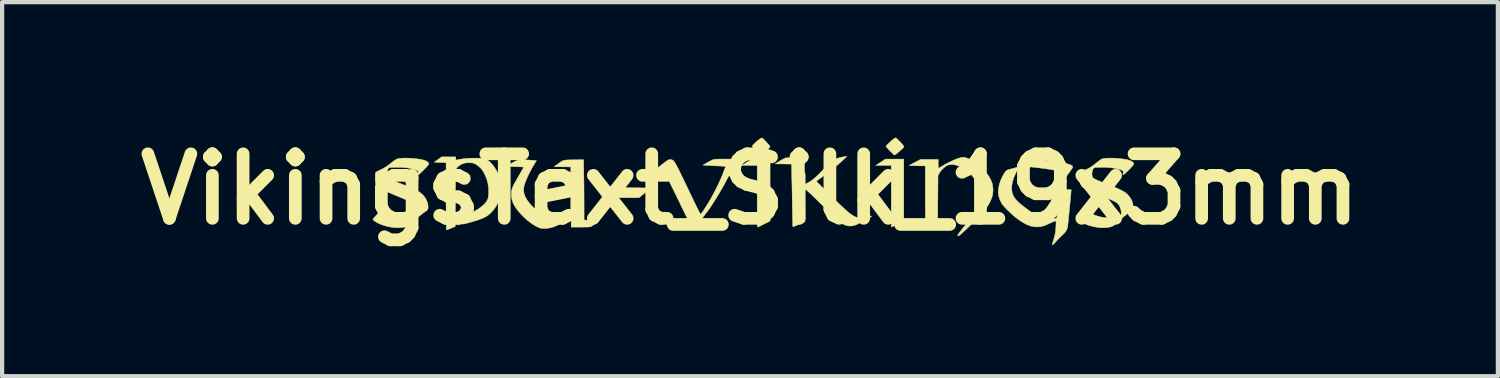
<source format=kicad_pcb>
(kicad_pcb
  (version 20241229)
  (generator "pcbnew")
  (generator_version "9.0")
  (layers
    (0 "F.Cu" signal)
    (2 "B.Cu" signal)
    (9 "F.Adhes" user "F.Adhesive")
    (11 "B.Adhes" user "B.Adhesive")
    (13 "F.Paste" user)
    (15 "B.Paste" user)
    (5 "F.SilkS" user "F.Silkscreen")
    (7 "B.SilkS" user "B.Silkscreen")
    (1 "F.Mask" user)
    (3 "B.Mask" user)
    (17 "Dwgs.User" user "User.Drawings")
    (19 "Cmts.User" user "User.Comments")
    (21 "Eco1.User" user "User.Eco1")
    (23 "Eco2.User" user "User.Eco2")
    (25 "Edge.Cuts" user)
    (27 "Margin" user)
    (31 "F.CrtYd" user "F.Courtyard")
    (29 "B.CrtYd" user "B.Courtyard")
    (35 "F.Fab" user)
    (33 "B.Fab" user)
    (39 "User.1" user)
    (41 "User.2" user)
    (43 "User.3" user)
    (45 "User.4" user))
  (footprint "VikingsText_Silk_19x3mm"
    (layer "F.Cu")
    (at 14.667 1.418)
    (property "Reference" "VikingsText_Silk_19x3mm" (at 0 0 0) (layer "F.SilkS") (effects (font (size 1.524 1.524) (thickness 0.3))))
    (attr through_hole)
    (fp_poly (pts (xy 0.474 0.753) (xy 0.33 0.825) (xy 0.285 0.848) (xy 0.244 0.868) (xy 0.211 0.883) (xy 0.188 0.894) (xy 0.178 0.897) (xy 0.178 0.897) (xy 0.176 0.889) (xy 0.175 0.864) (xy 0.173 0.821) (xy 0.172 0.762) (xy 0.171 0.686) (xy 0.17 0.593) (xy 0.17 0.483) (xy 0.169 0.356) (xy 0.169 0.213) (xy 0.169 0.17) (xy 0.169 -0.558) (xy -0.188 -0.563) (xy -0.074 -0.637) (xy 0.04 -0.711) (xy 0.474 -0.711) (xy 0.474 0.753)) (stroke (width 0.01) (type solid)) (fill yes) (layer "F.SilkS"))
    (fp_poly (pts (xy 3.632 0.753) (xy 3.488 0.825) (xy 3.443 0.848) (xy 3.403 0.868) (xy 3.371 0.883) (xy 3.35 0.893) (xy 3.34 0.897) (xy 3.34 0.897) (xy 3.34 0.889) (xy 3.339 0.865) (xy 3.338 0.827) (xy 3.338 0.775) (xy 3.337 0.711) (xy 3.337 0.637) (xy 3.337 0.552) (xy 3.336 0.46) (xy 3.336 0.36) (xy 3.336 0.255) (xy 3.336 0.169) (xy 3.336 -0.559) (xy 2.969 -0.559) (xy 3.085 -0.635) (xy 3.201 -0.711) (xy 3.632 -0.711) (xy 3.632 0.753)) (stroke (width 0.01) (type solid)) (fill yes) (layer "F.SilkS"))
    (fp_poly (pts (xy 0.291 -1.205) (xy 0.314 -1.186) (xy 0.346 -1.155) (xy 0.378 -1.121) (xy 0.409 -1.088) (xy 0.435 -1.058) (xy 0.456 -1.033) (xy 0.468 -1.018) (xy 0.469 -1.015) (xy 0.472 -1.004) (xy 0.467 -0.992) (xy 0.454 -0.976) (xy 0.431 -0.954) (xy 0.376 -0.902) (xy 0.333 -0.863) (xy 0.299 -0.834) (xy 0.275 -0.815) (xy 0.26 -0.806) (xy 0.255 -0.804) (xy 0.245 -0.81) (xy 0.225 -0.826) (xy 0.198 -0.85) (xy 0.167 -0.881) (xy 0.146 -0.902) (xy 0.113 -0.936) (xy 0.085 -0.967) (xy 0.064 -0.992) (xy 0.053 -1.009) (xy 0.051 -1.015) (xy 0.057 -1.027) (xy 0.074 -1.048) (xy 0.1 -1.073) (xy 0.131 -1.102) (xy 0.164 -1.132) (xy 0.198 -1.16) (xy 0.229 -1.183) (xy 0.255 -1.201) (xy 0.273 -1.21) (xy 0.277 -1.211) (xy 0.291 -1.205)) (stroke (width 0.01) (type solid)) (fill yes) (layer "F.SilkS"))
    (fp_poly (pts (xy -2.796 -0.032) (xy -2.7 -0.031) (xy -2.62 -0.031) (xy -2.554 -0.03) (xy -2.502 -0.029) (xy -2.46 -0.027) (xy -2.43 -0.026) (xy -2.408 -0.024) (xy -2.394 -0.022) (xy -2.386 -0.019) (xy -2.385 -0.018) (xy -2.373 -0.006) (xy -2.371 -0.001) (xy -2.377 0.006) (xy -2.394 0.021) (xy -2.42 0.041) (xy -2.445 0.06) (xy -2.483 0.088) (xy -2.522 0.119) (xy -2.558 0.147) (xy -2.571 0.159) (xy -2.624 0.203) (xy -3.029 0.203) (xy -3.11 0.203) (xy -3.186 0.202) (xy -3.256 0.202) (xy -3.317 0.201) (xy -3.368 0.2) (xy -3.408 0.199) (xy -3.434 0.197) (xy -3.444 0.196) (xy -3.444 0.196) (xy -3.451 0.188) (xy -3.448 0.176) (xy -3.434 0.16) (xy -3.407 0.138) (xy -3.38 0.119) (xy -3.342 0.09) (xy -3.299 0.056) (xy -3.26 0.024) (xy -3.254 0.019) (xy -3.193 -0.035) (xy -2.796 -0.032)) (stroke (width 0.01) (type solid)) (fill yes) (layer "F.SilkS"))
    (fp_poly (pts (xy 3.452 -1.205) (xy 3.473 -1.188) (xy 3.499 -1.164) (xy 3.529 -1.135) (xy 3.559 -1.103) (xy 3.587 -1.072) (xy 3.611 -1.042) (xy 3.628 -1.018) (xy 3.636 -1.002) (xy 3.636 -0.997) (xy 3.628 -0.987) (xy 3.61 -0.968) (xy 3.584 -0.943) (xy 3.553 -0.915) (xy 3.52 -0.886) (xy 3.488 -0.858) (xy 3.459 -0.834) (xy 3.435 -0.816) (xy 3.42 -0.806) (xy 3.417 -0.804) (xy 3.407 -0.81) (xy 3.388 -0.826) (xy 3.361 -0.85) (xy 3.33 -0.881) (xy 3.309 -0.902) (xy 3.276 -0.936) (xy 3.248 -0.966) (xy 3.226 -0.991) (xy 3.213 -1.007) (xy 3.211 -1.011) (xy 3.216 -1.021) (xy 3.231 -1.039) (xy 3.255 -1.063) (xy 3.284 -1.091) (xy 3.287 -1.094) (xy 3.332 -1.134) (xy 3.366 -1.164) (xy 3.392 -1.185) (xy 3.41 -1.199) (xy 3.424 -1.207) (xy 3.434 -1.21) (xy 3.438 -1.211) (xy 3.452 -1.205)) (stroke (width 0.01) (type solid)) (fill yes) (layer "F.SilkS"))
    (fp_poly (pts (xy 5.065 -0.749) (xy 5.109 -0.739) (xy 5.156 -0.722) (xy 5.242 -0.681) (xy 5.33 -0.625) (xy 5.416 -0.558) (xy 5.497 -0.482) (xy 5.535 -0.441) (xy 5.601 -0.361) (xy 5.653 -0.286) (xy 5.691 -0.214) (xy 5.718 -0.143) (xy 5.734 -0.07) (xy 5.74 0.007) (xy 5.74 0.021) (xy 5.737 0.085) (xy 5.728 0.143) (xy 5.712 0.201) (xy 5.686 0.263) (xy 5.668 0.301) (xy 5.64 0.354) (xy 5.61 0.404) (xy 5.577 0.454) (xy 5.538 0.505) (xy 5.492 0.559) (xy 5.439 0.618) (xy 5.376 0.684) (xy 5.301 0.758) (xy 5.285 0.774) (xy 5.208 0.849) (xy 5.143 0.913) (xy 5.087 0.966) (xy 5.041 1.009) (xy 5.003 1.044) (xy 4.973 1.07) (xy 4.95 1.088) (xy 4.932 1.099) (xy 4.919 1.104) (xy 4.911 1.104) (xy 4.906 1.1) (xy 4.905 1.095) (xy 4.908 1.086) (xy 4.915 1.072) (xy 4.928 1.053) (xy 4.948 1.026) (xy 4.975 0.99) (xy 5.011 0.943) (xy 5.055 0.889) (xy 5.125 0.799) (xy 5.185 0.718) (xy 5.235 0.645) (xy 5.277 0.579) (xy 5.312 0.515) (xy 5.342 0.454) (xy 5.367 0.392) (xy 5.38 0.354) (xy 5.41 0.247) (xy 5.424 0.147) (xy 5.423 0.052) (xy 5.406 -0.039) (xy 5.373 -0.128) (xy 5.324 -0.216) (xy 5.258 -0.304) (xy 5.239 -0.326) (xy 5.198 -0.37) (xy 5.154 -0.409) (xy 5.105 -0.446) (xy 5.045 -0.484) (xy 5.026 -0.495) (xy 4.943 -0.539) (xy 4.869 -0.567) (xy 4.8 -0.582) (xy 4.736 -0.582) (xy 4.676 -0.569) (xy 4.668 -0.566) (xy 4.631 -0.546) (xy 4.589 -0.515) (xy 4.547 -0.476) (xy 4.509 -0.433) (xy 4.478 -0.39) (xy 4.466 -0.368) (xy 4.441 -0.318) (xy 4.432 0.783) (xy 4.293 0.835) (xy 4.247 0.853) (xy 4.207 0.867) (xy 4.175 0.879) (xy 4.154 0.886) (xy 4.147 0.889) (xy 4.146 0.88) (xy 4.145 0.856) (xy 4.144 0.818) (xy 4.143 0.766) (xy 4.142 0.703) (xy 4.142 0.628) (xy 4.141 0.544) (xy 4.141 0.452) (xy 4.14 0.353) (xy 4.14 0.247) (xy 4.14 0.169) (xy 4.14 -0.55) (xy 4.02 -0.55) (xy 3.968 -0.551) (xy 3.916 -0.552) (xy 3.869 -0.554) (xy 3.831 -0.556) (xy 3.829 -0.556) (xy 3.759 -0.561) (xy 3.894 -0.632) (xy 4.03 -0.703) (xy 4.445 -0.703) (xy 4.445 -0.597) (xy 4.445 -0.557) (xy 4.446 -0.524) (xy 4.447 -0.501) (xy 4.448 -0.491) (xy 4.449 -0.491) (xy 4.457 -0.495) (xy 4.476 -0.506) (xy 4.503 -0.523) (xy 4.518 -0.532) (xy 4.595 -0.577) (xy 4.673 -0.62) (xy 4.751 -0.658) (xy 4.826 -0.692) (xy 4.894 -0.719) (xy 4.953 -0.738) (xy 4.982 -0.745) (xy 5.025 -0.751) (xy 5.065 -0.749)) (stroke (width 0.01) (type solid)) (fill yes) (layer "F.SilkS"))
    (fp_poly (pts (xy -6.951 -0.723) (xy -6.95 -0.7) (xy -6.946 -0.689) (xy -6.938 -0.689) (xy -6.936 -0.689) (xy -6.923 -0.692) (xy -6.896 -0.697) (xy -6.86 -0.704) (xy -6.818 -0.711) (xy -6.811 -0.712) (xy -6.76 -0.719) (xy -6.7 -0.725) (xy -6.634 -0.729) (xy -6.565 -0.732) (xy -6.497 -0.733) (xy -6.431 -0.733) (xy -6.371 -0.731) (xy -6.32 -0.728) (xy -6.281 -0.722) (xy -6.261 -0.718) (xy -6.207 -0.691) (xy -6.152 -0.649) (xy -6.098 -0.595) (xy -6.045 -0.529) (xy -5.997 -0.453) (xy -5.953 -0.371) (xy -5.915 -0.283) (xy -5.908 -0.262) (xy -5.897 -0.231) (xy -5.89 -0.206) (xy -5.885 -0.183) (xy -5.882 -0.157) (xy -5.881 -0.126) (xy -5.881 -0.084) (xy -5.881 -0.047) (xy -5.881 0.007) (xy -5.883 0.048) (xy -5.885 0.082) (xy -5.89 0.114) (xy -5.897 0.147) (xy -5.907 0.186) (xy -5.908 0.189) (xy -5.945 0.299) (xy -5.996 0.401) (xy -6.06 0.492) (xy -6.136 0.572) (xy -6.151 0.586) (xy -6.186 0.614) (xy -6.222 0.639) (xy -6.261 0.661) (xy -6.305 0.683) (xy -6.357 0.704) (xy -6.419 0.726) (xy -6.492 0.749) (xy -6.58 0.775) (xy -6.597 0.781) (xy -6.655 0.797) (xy -6.699 0.808) (xy -6.735 0.817) (xy -6.765 0.822) (xy -6.792 0.824) (xy -6.821 0.825) (xy -6.828 0.825) (xy -6.866 0.824) (xy -6.901 0.822) (xy -6.926 0.819) (xy -6.932 0.818) (xy -6.959 0.811) (xy -6.961 0.847) (xy -6.964 0.883) (xy -7.064 0.924) (xy -7.103 0.939) (xy -7.136 0.952) (xy -7.16 0.961) (xy -7.172 0.965) (xy -7.172 0.965) (xy -7.173 0.957) (xy -7.174 0.933) (xy -7.175 0.894) (xy -7.176 0.842) (xy -7.177 0.777) (xy -7.178 0.701) (xy -7.178 0.642) (xy -6.962 0.642) (xy -6.937 0.646) (xy -6.913 0.649) (xy -6.894 0.65) (xy -6.873 0.649) (xy -6.843 0.645) (xy -6.829 0.643) (xy -6.755 0.627) (xy -6.674 0.6) (xy -6.589 0.563) (xy -6.504 0.519) (xy -6.423 0.47) (xy -6.35 0.418) (xy -6.288 0.365) (xy -6.272 0.348) (xy -6.236 0.308) (xy -6.211 0.27) (xy -6.193 0.23) (xy -6.182 0.184) (xy -6.176 0.128) (xy -6.174 0.091) (xy -6.176 -0.029) (xy -6.193 -0.142) (xy -6.223 -0.25) (xy -6.267 -0.351) (xy -6.295 -0.405) (xy -6.322 -0.447) (xy -6.348 -0.482) (xy -6.379 -0.513) (xy -6.408 -0.537) (xy -6.45 -0.57) (xy -6.485 -0.593) (xy -6.516 -0.608) (xy -6.548 -0.617) (xy -6.585 -0.621) (xy -6.633 -0.622) (xy -6.638 -0.622) (xy -6.681 -0.622) (xy -6.713 -0.62) (xy -6.738 -0.616) (xy -6.762 -0.609) (xy -6.79 -0.599) (xy -6.802 -0.593) (xy -6.864 -0.561) (xy -6.912 -0.521) (xy -6.94 -0.485) (xy -6.943 -0.48) (xy -6.946 -0.472) (xy -6.948 -0.46) (xy -6.95 -0.444) (xy -6.951 -0.422) (xy -6.953 -0.393) (xy -6.954 -0.355) (xy -6.955 -0.307) (xy -6.956 -0.249) (xy -6.956 -0.178) (xy -6.957 -0.093) (xy -6.958 0.006) (xy -6.958 0.09) (xy -6.962 0.642) (xy -7.178 0.642) (xy -7.178 0.615) (xy -7.179 0.519) (xy -7.179 0.416) (xy -7.18 0.306) (xy -7.18 0.19) (xy -7.18 0.169) (xy -7.18 -0.627) (xy -7.267 -0.628) (xy -7.31 -0.629) (xy -7.355 -0.63) (xy -7.393 -0.633) (xy -7.406 -0.634) (xy -7.458 -0.639) (xy -7.371 -0.701) (xy -7.283 -0.762) (xy -6.951 -0.762) (xy -6.951 -0.723)) (stroke (width 0.01) (type solid)) (fill yes) (layer "F.SilkS"))
    (fp_poly (pts (xy 2.285 -0.774) (xy 2.285 -0.774) (xy 2.281 -0.767) (xy 2.265 -0.751) (xy 2.24 -0.727) (xy 2.208 -0.696) (xy 2.169 -0.661) (xy 2.126 -0.623) (xy 2.08 -0.583) (xy 2.07 -0.574) (xy 1.973 -0.493) (xy 1.881 -0.419) (xy 1.786 -0.347) (xy 1.693 -0.28) (xy 1.654 -0.252) (xy 1.619 -0.227) (xy 1.592 -0.206) (xy 1.574 -0.192) (xy 1.568 -0.187) (xy 1.574 -0.18) (xy 1.59 -0.162) (xy 1.617 -0.135) (xy 1.652 -0.099) (xy 1.696 -0.055) (xy 1.746 -0.005) (xy 1.802 0.051) (xy 1.864 0.111) (xy 1.924 0.17) (xy 2.01 0.254) (xy 2.085 0.327) (xy 2.151 0.39) (xy 2.208 0.443) (xy 2.257 0.488) (xy 2.3 0.526) (xy 2.338 0.558) (xy 2.372 0.584) (xy 2.403 0.606) (xy 2.432 0.625) (xy 2.46 0.641) (xy 2.489 0.655) (xy 2.489 0.655) (xy 2.552 0.676) (xy 2.622 0.683) (xy 2.7 0.674) (xy 2.761 0.658) (xy 2.812 0.643) (xy 2.847 0.635) (xy 2.866 0.634) (xy 2.87 0.64) (xy 2.859 0.651) (xy 2.832 0.669) (xy 2.79 0.692) (xy 2.766 0.704) (xy 2.72 0.728) (xy 2.671 0.754) (xy 2.626 0.778) (xy 2.592 0.798) (xy 2.519 0.837) (xy 2.45 0.861) (xy 2.384 0.871) (xy 2.319 0.868) (xy 2.267 0.855) (xy 2.23 0.841) (xy 2.189 0.821) (xy 2.162 0.806) (xy 2.139 0.789) (xy 2.106 0.762) (xy 2.067 0.729) (xy 2.025 0.692) (xy 1.982 0.654) (xy 1.943 0.617) (xy 1.909 0.584) (xy 1.883 0.558) (xy 1.876 0.55) (xy 1.865 0.538) (xy 1.844 0.516) (xy 1.813 0.485) (xy 1.774 0.446) (xy 1.729 0.401) (xy 1.678 0.35) (xy 1.623 0.297) (xy 1.592 0.265) (xy 1.519 0.194) (xy 1.457 0.135) (xy 1.406 0.087) (xy 1.367 0.051) (xy 1.338 0.026) (xy 1.32 0.012) (xy 1.312 0.008) (xy 1.294 0.008) (xy 1.299 0.766) (xy 1.164 0.827) (xy 1.119 0.847) (xy 1.079 0.864) (xy 1.048 0.877) (xy 1.026 0.886) (xy 1.018 0.888) (xy 1.013 0.884) (xy 1.01 0.869) (xy 1.008 0.842) (xy 1.007 0.801) (xy 1.007 0.781) (xy 1.007 0.754) (xy 1.007 0.711) (xy 1.006 0.655) (xy 1.005 0.588) (xy 1.003 0.51) (xy 1.001 0.425) (xy 1 0.333) (xy 0.998 0.236) (xy 0.996 0.137) (xy 0.995 0.106) (xy 0.993 0.007) (xy 0.991 -0.088) (xy 0.989 -0.178) (xy 0.987 -0.261) (xy 0.986 -0.336) (xy 0.984 -0.401) (xy 0.983 -0.455) (xy 0.983 -0.495) (xy 0.982 -0.521) (xy 0.982 -0.527) (xy 0.982 -0.592) (xy 0.787 -0.595) (xy 0.593 -0.597) (xy 0.701 -0.663) (xy 0.741 -0.687) (xy 0.779 -0.708) (xy 0.811 -0.725) (xy 0.833 -0.735) (xy 0.838 -0.737) (xy 0.859 -0.74) (xy 0.897 -0.742) (xy 0.95 -0.742) (xy 1.02 -0.742) (xy 1.077 -0.74) (xy 1.287 -0.734) (xy 1.287 -0.11) (xy 1.34 -0.136) (xy 1.378 -0.157) (xy 1.414 -0.178) (xy 1.45 -0.201) (xy 1.486 -0.228) (xy 1.524 -0.26) (xy 1.566 -0.297) (xy 1.614 -0.343) (xy 1.668 -0.397) (xy 1.73 -0.46) (xy 1.802 -0.536) (xy 1.808 -0.542) (xy 1.875 -0.608) (xy 1.938 -0.66) (xy 2 -0.699) (xy 2.062 -0.727) (xy 2.075 -0.731) (xy 2.104 -0.74) (xy 2.14 -0.749) (xy 2.178 -0.758) (xy 2.216 -0.765) (xy 2.249 -0.771) (xy 2.273 -0.774) (xy 2.285 -0.774)) (stroke (width 0.01) (type solid)) (fill yes) (layer "F.SilkS"))
    (fp_poly (pts (xy -3.926 -0.312) (xy -3.924 -0.217) (xy -3.923 -0.112) (xy -3.922 -0.003) (xy -3.921 0.107) (xy -3.921 0.213) (xy -3.92 0.311) (xy -3.92 0.396) (xy -3.92 0.726) (xy -3.888 0.731) (xy -3.867 0.733) (xy -3.833 0.735) (xy -3.793 0.737) (xy -3.759 0.737) (xy -3.715 0.738) (xy -3.671 0.74) (xy -3.635 0.742) (xy -3.616 0.744) (xy -3.57 0.749) (xy -3.654 0.813) (xy -3.688 0.838) (xy -3.719 0.861) (xy -3.744 0.878) (xy -3.759 0.887) (xy -3.773 0.89) (xy -3.801 0.893) (xy -3.843 0.895) (xy -3.899 0.896) (xy -3.972 0.897) (xy -4.003 0.897) (xy -4.225 0.897) (xy -4.225 0.787) (xy -4.225 0.746) (xy -4.226 0.712) (xy -4.227 0.688) (xy -4.228 0.678) (xy -4.229 0.677) (xy -4.237 0.681) (xy -4.257 0.693) (xy -4.287 0.71) (xy -4.324 0.731) (xy -4.358 0.75) (xy -4.441 0.798) (xy -4.514 0.836) (xy -4.577 0.866) (xy -4.633 0.889) (xy -4.685 0.905) (xy -4.69 0.907) (xy -4.736 0.917) (xy -4.788 0.924) (xy -4.841 0.928) (xy -4.891 0.928) (xy -4.933 0.925) (xy -4.957 0.92) (xy -5.025 0.892) (xy -5.099 0.851) (xy -5.176 0.8) (xy -5.255 0.738) (xy -5.333 0.67) (xy -5.368 0.635) (xy -5.448 0.55) (xy -5.513 0.469) (xy -5.564 0.391) (xy -5.601 0.315) (xy -5.625 0.24) (xy -5.636 0.163) (xy -5.636 0.097) (xy -5.635 0.069) (xy -5.632 0.043) (xy -5.627 0.019) (xy -5.621 -0.007) (xy -5.611 -0.035) (xy -5.597 -0.067) (xy -5.579 -0.105) (xy -5.556 -0.149) (xy -5.527 -0.202) (xy -5.491 -0.265) (xy -5.448 -0.339) (xy -5.402 -0.419) (xy -5.343 -0.521) (xy -5.37 -0.523) (xy -5.387 -0.524) (xy -5.417 -0.526) (xy -5.459 -0.527) (xy -5.508 -0.529) (xy -5.562 -0.531) (xy -5.575 -0.532) (xy -5.753 -0.538) (xy -5.698 -0.574) (xy -5.665 -0.594) (xy -5.624 -0.617) (xy -5.581 -0.64) (xy -5.563 -0.65) (xy -5.526 -0.668) (xy -5.498 -0.68) (xy -5.473 -0.687) (xy -5.446 -0.691) (xy -5.411 -0.693) (xy -5.397 -0.693) (xy -5.369 -0.693) (xy -5.33 -0.693) (xy -5.286 -0.691) (xy -5.238 -0.689) (xy -5.19 -0.686) (xy -5.144 -0.683) (xy -5.104 -0.68) (xy -5.072 -0.677) (xy -5.052 -0.674) (xy -5.046 -0.672) (xy -5.05 -0.664) (xy -5.062 -0.645) (xy -5.078 -0.62) (xy -5.083 -0.612) (xy -5.127 -0.539) (xy -5.171 -0.461) (xy -5.213 -0.381) (xy -5.251 -0.301) (xy -5.284 -0.225) (xy -5.312 -0.154) (xy -5.332 -0.093) (xy -5.344 -0.042) (xy -5.349 0.029) (xy -5.338 0.102) (xy -5.312 0.176) (xy -5.27 0.252) (xy -5.211 0.331) (xy -5.152 0.397) (xy -5.055 0.487) (xy -4.951 0.567) (xy -4.843 0.633) (xy -4.732 0.685) (xy -4.703 0.696) (xy -4.667 0.708) (xy -4.637 0.716) (xy -4.607 0.72) (xy -4.572 0.723) (xy -4.53 0.723) (xy -4.484 0.723) (xy -4.449 0.721) (xy -4.422 0.717) (xy -4.397 0.71) (xy -4.38 0.704) (xy -4.334 0.682) (xy -4.293 0.654) (xy -4.26 0.622) (xy -4.246 0.601) (xy -4.243 0.594) (xy -4.241 0.583) (xy -4.239 0.566) (xy -4.238 0.544) (xy -4.236 0.513) (xy -4.235 0.474) (xy -4.235 0.424) (xy -4.234 0.363) (xy -4.234 0.29) (xy -4.233 0.203) (xy -4.233 0.101) (xy -4.233 0.026) (xy -4.233 -0.525) (xy -4.43 -0.527) (xy -4.627 -0.529) (xy -4.542 -0.592) (xy -4.505 -0.619) (xy -4.474 -0.641) (xy -4.447 -0.658) (xy -4.422 -0.671) (xy -4.395 -0.679) (xy -4.364 -0.685) (xy -4.326 -0.689) (xy -4.279 -0.691) (xy -4.221 -0.692) (xy -4.156 -0.693) (xy -3.931 -0.695) (xy -3.926 -0.312)) (stroke (width 0.01) (type solid)) (fill yes) (layer "F.SilkS"))
    (fp_poly (pts (xy -0.506 -0.711) (xy -0.448 -0.711) (xy -0.398 -0.71) (xy -0.357 -0.709) (xy -0.329 -0.709) (xy -0.315 -0.708) (xy -0.313 -0.707) (xy -0.317 -0.699) (xy -0.326 -0.677) (xy -0.341 -0.645) (xy -0.36 -0.604) (xy -0.382 -0.557) (xy -0.39 -0.54) (xy -0.505 -0.306) (xy -0.623 -0.084) (xy -0.747 0.13) (xy -0.781 0.185) (xy -0.812 0.235) (xy -0.845 0.287) (xy -0.879 0.339) (xy -0.911 0.389) (xy -0.941 0.433) (xy -0.966 0.471) (xy -0.986 0.499) (xy -0.999 0.515) (xy -1.001 0.517) (xy -1.009 0.527) (xy -1.026 0.549) (xy -1.049 0.58) (xy -1.078 0.618) (xy -1.11 0.66) (xy -1.123 0.678) (xy -1.176 0.748) (xy -1.22 0.805) (xy -1.257 0.849) (xy -1.287 0.883) (xy -1.311 0.905) (xy -1.331 0.919) (xy -1.347 0.923) (xy -1.36 0.92) (xy -1.371 0.909) (xy -1.376 0.903) (xy -1.381 0.893) (xy -1.394 0.868) (xy -1.412 0.831) (xy -1.437 0.781) (xy -1.466 0.722) (xy -1.5 0.653) (xy -1.537 0.576) (xy -1.578 0.493) (xy -1.622 0.403) (xy -1.667 0.31) (xy -1.68 0.283) (xy -1.739 0.162) (xy -1.791 0.056) (xy -1.836 -0.037) (xy -1.876 -0.118) (xy -1.91 -0.187) (xy -1.939 -0.246) (xy -1.964 -0.295) (xy -1.985 -0.335) (xy -2.002 -0.368) (xy -2.017 -0.394) (xy -2.029 -0.414) (xy -2.039 -0.429) (xy -2.048 -0.44) (xy -2.055 -0.448) (xy -2.062 -0.454) (xy -2.068 -0.458) (xy -2.092 -0.469) (xy -2.116 -0.473) (xy -2.143 -0.468) (xy -2.177 -0.454) (xy -2.199 -0.443) (xy -2.232 -0.426) (xy -2.254 -0.419) (xy -2.267 -0.419) (xy -2.27 -0.421) (xy -2.275 -0.43) (xy -2.272 -0.439) (xy -2.26 -0.452) (xy -2.235 -0.47) (xy -2.208 -0.488) (xy -2.179 -0.508) (xy -2.141 -0.535) (xy -2.099 -0.566) (xy -2.058 -0.599) (xy -2.05 -0.605) (xy -2.002 -0.642) (xy -1.964 -0.67) (xy -1.933 -0.688) (xy -1.908 -0.698) (xy -1.885 -0.701) (xy -1.863 -0.698) (xy -1.856 -0.696) (xy -1.844 -0.692) (xy -1.833 -0.688) (xy -1.822 -0.682) (xy -1.812 -0.673) (xy -1.8 -0.662) (xy -1.788 -0.646) (xy -1.773 -0.624) (xy -1.757 -0.597) (xy -1.738 -0.562) (xy -1.715 -0.519) (xy -1.689 -0.468) (xy -1.658 -0.406) (xy -1.623 -0.334) (xy -1.582 -0.25) (xy -1.535 -0.153) (xy -1.482 -0.043) (xy -1.435 0.057) (xy -1.384 0.163) (xy -1.34 0.254) (xy -1.302 0.333) (xy -1.27 0.398) (xy -1.243 0.453) (xy -1.221 0.496) (xy -1.203 0.53) (xy -1.189 0.556) (xy -1.179 0.574) (xy -1.171 0.585) (xy -1.166 0.59) (xy -1.162 0.591) (xy -1.162 0.591) (xy -1.15 0.577) (xy -1.132 0.552) (xy -1.107 0.517) (xy -1.079 0.474) (xy -1.048 0.425) (xy -1.015 0.374) (xy -0.983 0.321) (xy -0.953 0.271) (xy -0.925 0.224) (xy -0.919 0.212) (xy -0.876 0.133) (xy -0.831 0.048) (xy -0.787 -0.04) (xy -0.745 -0.126) (xy -0.708 -0.206) (xy -0.678 -0.273) (xy -0.663 -0.309) (xy -0.647 -0.349) (xy -0.63 -0.392) (xy -0.614 -0.435) (xy -0.6 -0.473) (xy -0.588 -0.505) (xy -0.581 -0.528) (xy -0.578 -0.538) (xy -0.578 -0.538) (xy -0.587 -0.539) (xy -0.61 -0.541) (xy -0.646 -0.542) (xy -0.691 -0.545) (xy -0.744 -0.547) (xy -0.792 -0.549) (xy -0.853 -0.552) (xy -0.912 -0.555) (xy -0.966 -0.558) (xy -1.01 -0.561) (xy -1.043 -0.563) (xy -1.057 -0.564) (xy -1.11 -0.569) (xy -1.006 -0.629) (xy -0.965 -0.652) (xy -0.925 -0.672) (xy -0.892 -0.689) (xy -0.868 -0.699) (xy -0.864 -0.7) (xy -0.847 -0.703) (xy -0.822 -0.706) (xy -0.785 -0.708) (xy -0.737 -0.71) (xy -0.676 -0.711) (xy -0.6 -0.711) (xy -0.57 -0.711) (xy -0.506 -0.711)) (stroke (width 0.01) (type solid)) (fill yes) (layer "F.SilkS"))
    (fp_poly (pts (xy -8.048 -0.731) (xy -7.953 -0.725) (xy -7.857 -0.714) (xy -7.779 -0.703) (xy -7.709 -0.687) (xy -7.654 -0.667) (xy -7.616 -0.643) (xy -7.598 -0.623) (xy -7.59 -0.607) (xy -7.591 -0.594) (xy -7.599 -0.574) (xy -7.61 -0.56) (xy -7.629 -0.537) (xy -7.656 -0.509) (xy -7.687 -0.477) (xy -7.72 -0.444) (xy -7.753 -0.411) (xy -7.784 -0.382) (xy -7.81 -0.359) (xy -7.829 -0.344) (xy -7.838 -0.339) (xy -7.846 -0.346) (xy -7.848 -0.361) (xy -7.846 -0.377) (xy -7.84 -0.385) (xy -7.832 -0.399) (xy -7.835 -0.417) (xy -7.848 -0.434) (xy -7.852 -0.436) (xy -7.878 -0.449) (xy -7.919 -0.463) (xy -7.971 -0.477) (xy -8.032 -0.49) (xy -8.084 -0.5) (xy -8.13 -0.507) (xy -8.175 -0.511) (xy -8.225 -0.514) (xy -8.284 -0.516) (xy -8.338 -0.516) (xy -8.39 -0.515) (xy -8.437 -0.514) (xy -8.476 -0.513) (xy -8.504 -0.511) (xy -8.517 -0.509) (xy -8.54 -0.495) (xy -8.557 -0.465) (xy -8.569 -0.422) (xy -8.575 -0.368) (xy -8.576 -0.333) (xy -8.575 -0.31) (xy -8.571 -0.293) (xy -8.562 -0.28) (xy -8.561 -0.279) (xy -8.546 -0.264) (xy -8.522 -0.247) (xy -8.488 -0.229) (xy -8.443 -0.207) (xy -8.385 -0.183) (xy -8.314 -0.154) (xy -8.234 -0.123) (xy -8.125 -0.08) (xy -8.027 -0.039) (xy -7.942 -0.001) (xy -7.87 0.035) (xy -7.812 0.068) (xy -7.771 0.097) (xy -7.77 0.097) (xy -7.716 0.148) (xy -7.671 0.208) (xy -7.636 0.272) (xy -7.613 0.339) (xy -7.604 0.404) (xy -7.606 0.45) (xy -7.61 0.468) (xy -7.616 0.482) (xy -7.627 0.496) (xy -7.645 0.512) (xy -7.675 0.533) (xy -7.682 0.538) (xy -7.757 0.593) (xy -7.822 0.644) (xy -7.885 0.698) (xy -7.95 0.758) (xy -7.961 0.769) (xy -8.012 0.816) (xy -8.055 0.851) (xy -8.089 0.873) (xy -8.097 0.877) (xy -8.144 0.893) (xy -8.203 0.904) (xy -8.271 0.911) (xy -8.343 0.912) (xy -8.403 0.908) (xy -8.455 0.902) (xy -8.516 0.891) (xy -8.579 0.877) (xy -8.636 0.862) (xy -8.647 0.858) (xy -8.704 0.838) (xy -8.757 0.816) (xy -8.806 0.792) (xy -8.848 0.769) (xy -8.88 0.746) (xy -8.901 0.726) (xy -8.907 0.711) (xy -8.901 0.701) (xy -8.885 0.681) (xy -8.862 0.654) (xy -8.833 0.623) (xy -8.801 0.588) (xy -8.767 0.554) (xy -8.735 0.522) (xy -8.706 0.494) (xy -8.682 0.473) (xy -8.667 0.461) (xy -8.663 0.459) (xy -8.648 0.461) (xy -8.646 0.473) (xy -8.657 0.494) (xy -8.665 0.513) (xy -8.663 0.529) (xy -8.649 0.546) (xy -8.622 0.564) (xy -8.581 0.585) (xy -8.542 0.602) (xy -8.464 0.631) (xy -8.388 0.652) (xy -8.31 0.665) (xy -8.223 0.673) (xy -8.187 0.675) (xy -8.101 0.676) (xy -8.031 0.672) (xy -7.976 0.664) (xy -7.934 0.651) (xy -7.906 0.632) (xy -7.891 0.608) (xy -7.889 0.602) (xy -7.886 0.573) (xy -7.889 0.533) (xy -7.896 0.488) (xy -7.906 0.445) (xy -7.918 0.414) (xy -7.944 0.371) (xy -7.983 0.33) (xy -8.032 0.295) (xy -8.051 0.284) (xy -8.068 0.276) (xy -8.099 0.262) (xy -8.142 0.244) (xy -8.194 0.222) (xy -8.254 0.196) (xy -8.319 0.169) (xy -8.388 0.141) (xy -8.392 0.139) (xy -8.461 0.11) (xy -8.528 0.082) (xy -8.589 0.056) (xy -8.642 0.033) (xy -8.687 0.014) (xy -8.72 -0.001) (xy -8.74 -0.01) (xy -8.74 -0.011) (xy -8.784 -0.037) (xy -8.814 -0.065) (xy -8.834 -0.099) (xy -8.846 -0.143) (xy -8.848 -0.153) (xy -8.852 -0.186) (xy -8.854 -0.227) (xy -8.854 -0.271) (xy -8.853 -0.314) (xy -8.851 -0.352) (xy -8.847 -0.38) (xy -8.844 -0.39) (xy -8.841 -0.396) (xy -8.835 -0.401) (xy -8.825 -0.408) (xy -8.808 -0.418) (xy -8.781 -0.431) (xy -8.744 -0.45) (xy -8.695 -0.473) (xy -8.64 -0.502) (xy -8.585 -0.536) (xy -8.526 -0.579) (xy -8.505 -0.596) (xy -8.454 -0.636) (xy -8.414 -0.667) (xy -8.381 -0.69) (xy -8.353 -0.706) (xy -8.326 -0.717) (xy -8.299 -0.724) (xy -8.269 -0.728) (xy -8.231 -0.731) (xy -8.217 -0.732) (xy -8.138 -0.734) (xy -8.048 -0.731)) (stroke (width 0.01) (type solid)) (fill yes) (layer "F.SilkS"))
    (fp_poly (pts (xy 8.574 -0.732) (xy 8.65 -0.729) (xy 8.729 -0.722) (xy 8.807 -0.713) (xy 8.875 -0.703) (xy 8.945 -0.687) (xy 9 -0.667) (xy 9.038 -0.642) (xy 9.056 -0.623) (xy 9.064 -0.607) (xy 9.063 -0.594) (xy 9.055 -0.574) (xy 9.044 -0.559) (xy 9.024 -0.535) (xy 8.997 -0.506) (xy 8.966 -0.474) (xy 8.932 -0.44) (xy 8.899 -0.408) (xy 8.869 -0.38) (xy 8.843 -0.357) (xy 8.825 -0.343) (xy 8.817 -0.339) (xy 8.808 -0.343) (xy 8.808 -0.359) (xy 8.809 -0.36) (xy 8.815 -0.386) (xy 8.819 -0.402) (xy 8.818 -0.418) (xy 8.805 -0.433) (xy 8.779 -0.448) (xy 8.739 -0.462) (xy 8.683 -0.476) (xy 8.679 -0.478) (xy 8.612 -0.492) (xy 8.552 -0.503) (xy 8.495 -0.51) (xy 8.435 -0.514) (xy 8.367 -0.516) (xy 8.296 -0.515) (xy 8.24 -0.514) (xy 8.199 -0.513) (xy 8.17 -0.511) (xy 8.15 -0.509) (xy 8.136 -0.505) (xy 8.126 -0.5) (xy 8.118 -0.494) (xy 8.116 -0.492) (xy 8.099 -0.467) (xy 8.087 -0.432) (xy 8.079 -0.39) (xy 8.077 -0.348) (xy 8.081 -0.31) (xy 8.091 -0.282) (xy 8.094 -0.278) (xy 8.107 -0.264) (xy 8.127 -0.25) (xy 8.155 -0.234) (xy 8.192 -0.216) (xy 8.241 -0.195) (xy 8.302 -0.17) (xy 8.377 -0.14) (xy 8.412 -0.127) (xy 8.476 -0.102) (xy 8.543 -0.075) (xy 8.608 -0.048) (xy 8.668 -0.022) (xy 8.718 0.001) (xy 8.737 0.01) (xy 8.785 0.034) (xy 8.823 0.054) (xy 8.851 0.072) (xy 8.876 0.09) (xy 8.9 0.111) (xy 8.919 0.13) (xy 8.977 0.197) (xy 9.018 0.268) (xy 9.043 0.341) (xy 9.051 0.416) (xy 9.049 0.451) (xy 9.041 0.477) (xy 9.025 0.499) (xy 8.998 0.522) (xy 8.982 0.533) (xy 8.899 0.593) (xy 8.825 0.651) (xy 8.754 0.712) (xy 8.691 0.77) (xy 8.646 0.812) (xy 8.609 0.844) (xy 8.577 0.866) (xy 8.547 0.882) (xy 8.514 0.893) (xy 8.475 0.9) (xy 8.433 0.906) (xy 8.378 0.911) (xy 8.33 0.913) (xy 8.281 0.911) (xy 8.226 0.905) (xy 8.092 0.881) (xy 7.96 0.841) (xy 7.854 0.796) (xy 7.819 0.776) (xy 7.787 0.755) (xy 7.763 0.734) (xy 7.749 0.717) (xy 7.747 0.71) (xy 7.753 0.701) (xy 7.768 0.681) (xy 7.792 0.655) (xy 7.821 0.623) (xy 7.854 0.589) (xy 7.887 0.555) (xy 7.92 0.523) (xy 7.949 0.495) (xy 7.973 0.473) (xy 7.989 0.46) (xy 7.994 0.457) (xy 8.007 0.461) (xy 8.007 0.474) (xy 7.996 0.496) (xy 7.987 0.51) (xy 7.988 0.521) (xy 7.999 0.535) (xy 8.005 0.542) (xy 8.029 0.56) (xy 8.066 0.581) (xy 8.114 0.602) (xy 8.17 0.623) (xy 8.23 0.642) (xy 8.259 0.65) (xy 8.291 0.658) (xy 8.318 0.664) (xy 8.345 0.668) (xy 8.376 0.671) (xy 8.414 0.672) (xy 8.462 0.673) (xy 8.505 0.673) (xy 8.562 0.673) (xy 8.605 0.672) (xy 8.638 0.671) (xy 8.662 0.668) (xy 8.682 0.664) (xy 8.699 0.659) (xy 8.714 0.653) (xy 8.741 0.642) (xy 8.756 0.632) (xy 8.763 0.62) (xy 8.767 0.6) (xy 8.768 0.597) (xy 8.769 0.545) (xy 8.761 0.489) (xy 8.745 0.434) (xy 8.721 0.385) (xy 8.694 0.349) (xy 8.68 0.336) (xy 8.666 0.324) (xy 8.648 0.312) (xy 8.627 0.299) (xy 8.6 0.285) (xy 8.566 0.268) (xy 8.523 0.249) (xy 8.47 0.226) (xy 8.406 0.199) (xy 8.329 0.166) (xy 8.257 0.136) (xy 8.188 0.108) (xy 8.123 0.08) (xy 8.063 0.055) (xy 8.011 0.033) (xy 7.968 0.014) (xy 7.936 0.001) (xy 7.918 -0.007) (xy 7.917 -0.008) (xy 7.873 -0.035) (xy 7.839 -0.067) (xy 7.818 -0.099) (xy 7.815 -0.109) (xy 7.808 -0.143) (xy 7.803 -0.188) (xy 7.8 -0.239) (xy 7.8 -0.289) (xy 7.802 -0.332) (xy 7.806 -0.357) (xy 7.815 -0.404) (xy 7.91 -0.448) (xy 7.962 -0.473) (xy 8.006 -0.495) (xy 8.044 -0.518) (xy 8.083 -0.544) (xy 8.125 -0.575) (xy 8.175 -0.615) (xy 8.183 -0.621) (xy 8.219 -0.65) (xy 8.254 -0.676) (xy 8.283 -0.696) (xy 8.303 -0.709) (xy 8.306 -0.711) (xy 8.336 -0.721) (xy 8.38 -0.728) (xy 8.436 -0.732) (xy 8.501 -0.733) (xy 8.574 -0.732)) (stroke (width 0.01) (type solid)) (fill yes) (layer "F.SilkS"))
    (fp_poly (pts (xy 6.789 -0.701) (xy 6.864 -0.696) (xy 6.946 -0.689) (xy 7.032 -0.68) (xy 7.121 -0.668) (xy 7.209 -0.655) (xy 7.294 -0.641) (xy 7.373 -0.627) (xy 7.444 -0.611) (xy 7.505 -0.596) (xy 7.552 -0.582) (xy 7.569 -0.575) (xy 7.602 -0.558) (xy 7.62 -0.541) (xy 7.623 -0.521) (xy 7.614 -0.5) (xy 7.601 -0.48) (xy 7.58 -0.45) (xy 7.554 -0.413) (xy 7.525 -0.373) (xy 7.495 -0.333) (xy 7.467 -0.296) (xy 7.443 -0.265) (xy 7.426 -0.244) (xy 7.422 -0.239) (xy 7.404 -0.222) (xy 7.388 -0.213) (xy 7.378 -0.213) (xy 7.377 -0.223) (xy 7.378 -0.226) (xy 7.394 -0.276) (xy 7.398 -0.318) (xy 7.388 -0.352) (xy 7.365 -0.381) (xy 7.328 -0.405) (xy 7.274 -0.426) (xy 7.244 -0.436) (xy 7.208 -0.445) (xy 7.158 -0.454) (xy 7.099 -0.465) (xy 7.031 -0.475) (xy 6.959 -0.486) (xy 6.883 -0.496) (xy 6.808 -0.505) (xy 6.734 -0.514) (xy 6.666 -0.521) (xy 6.604 -0.526) (xy 6.552 -0.529) (xy 6.513 -0.531) (xy 6.492 -0.53) (xy 6.43 -0.519) (xy 6.38 -0.5) (xy 6.34 -0.472) (xy 6.308 -0.433) (xy 6.289 -0.401) (xy 6.239 -0.293) (xy 6.204 -0.19) (xy 6.185 -0.092) (xy 6.181 -0.023) (xy 6.183 0.027) (xy 6.19 0.075) (xy 6.203 0.12) (xy 6.223 0.164) (xy 6.25 0.207) (xy 6.287 0.253) (xy 6.333 0.3) (xy 6.389 0.351) (xy 6.458 0.407) (xy 6.539 0.468) (xy 6.633 0.537) (xy 6.655 0.552) (xy 6.742 0.609) (xy 6.822 0.653) (xy 6.898 0.684) (xy 6.973 0.703) (xy 7.048 0.711) (xy 7.07 0.711) (xy 7.095 0.71) (xy 7.129 0.706) (xy 7.164 0.701) (xy 7.199 0.694) (xy 7.227 0.688) (xy 7.244 0.683) (xy 7.246 0.681) (xy 7.248 0.672) (xy 7.25 0.649) (xy 7.252 0.612) (xy 7.256 0.565) (xy 7.259 0.51) (xy 7.263 0.448) (xy 7.265 0.426) (xy 7.269 0.349) (xy 7.272 0.287) (xy 7.274 0.24) (xy 7.274 0.205) (xy 7.274 0.183) (xy 7.272 0.17) (xy 7.27 0.167) (xy 7.257 0.165) (xy 7.23 0.163) (xy 7.193 0.162) (xy 7.149 0.161) (xy 7.101 0.162) (xy 7.053 0.163) (xy 7.007 0.165) (xy 6.966 0.168) (xy 6.948 0.17) (xy 6.914 0.173) (xy 6.887 0.175) (xy 6.871 0.175) (xy 6.869 0.174) (xy 6.873 0.168) (xy 6.891 0.158) (xy 6.919 0.143) (xy 6.955 0.126) (xy 6.997 0.107) (xy 7.042 0.088) (xy 7.087 0.069) (xy 7.13 0.053) (xy 7.168 0.039) (xy 7.198 0.03) (xy 7.201 0.029) (xy 7.223 0.026) (xy 7.258 0.022) (xy 7.303 0.018) (xy 7.355 0.015) (xy 7.41 0.013) (xy 7.415 0.013) (xy 7.474 0.011) (xy 7.519 0.01) (xy 7.55 0.01) (xy 7.57 0.011) (xy 7.582 0.013) (xy 7.586 0.017) (xy 7.586 0.018) (xy 7.586 0.033) (xy 7.583 0.062) (xy 7.58 0.104) (xy 7.575 0.157) (xy 7.569 0.219) (xy 7.563 0.287) (xy 7.556 0.36) (xy 7.549 0.436) (xy 7.541 0.512) (xy 7.534 0.587) (xy 7.527 0.659) (xy 7.52 0.725) (xy 7.514 0.784) (xy 7.508 0.833) (xy 7.504 0.87) (xy 7.501 0.894) (xy 7.5 0.902) (xy 7.484 0.953) (xy 7.458 1) (xy 7.421 1.044) (xy 7.388 1.075) (xy 7.357 1.103) (xy 7.321 1.139) (xy 7.282 1.178) (xy 7.246 1.217) (xy 7.246 1.217) (xy 7.207 1.26) (xy 7.177 1.291) (xy 7.156 1.31) (xy 7.143 1.317) (xy 7.138 1.314) (xy 7.137 1.311) (xy 7.14 1.3) (xy 7.147 1.275) (xy 7.157 1.243) (xy 7.167 1.21) (xy 7.181 1.162) (xy 7.195 1.11) (xy 7.205 1.062) (xy 7.209 1.04) (xy 7.216 0.997) (xy 7.221 0.95) (xy 7.225 0.901) (xy 7.227 0.855) (xy 7.228 0.813) (xy 7.228 0.781) (xy 7.226 0.76) (xy 7.224 0.755) (xy 7.218 0.752) (xy 7.205 0.754) (xy 7.183 0.762) (xy 7.15 0.775) (xy 7.106 0.796) (xy 7.087 0.804) (xy 7.021 0.834) (xy 6.967 0.856) (xy 6.921 0.872) (xy 6.879 0.883) (xy 6.839 0.889) (xy 6.796 0.891) (xy 6.778 0.892) (xy 6.713 0.888) (xy 6.65 0.877) (xy 6.587 0.857) (xy 6.52 0.828) (xy 6.449 0.789) (xy 6.371 0.739) (xy 6.285 0.676) (xy 6.284 0.676) (xy 6.244 0.644) (xy 6.199 0.604) (xy 6.151 0.56) (xy 6.103 0.514) (xy 6.056 0.467) (xy 6.015 0.423) (xy 5.98 0.384) (xy 5.954 0.351) (xy 5.945 0.337) (xy 5.903 0.253) (xy 5.876 0.172) (xy 5.864 0.09) (xy 5.866 0.005) (xy 5.868 -0.007) (xy 5.886 -0.101) (xy 5.917 -0.198) (xy 5.959 -0.292) (xy 6.009 -0.378) (xy 6.011 -0.381) (xy 6.033 -0.412) (xy 6.052 -0.433) (xy 6.073 -0.448) (xy 6.099 -0.459) (xy 6.136 -0.47) (xy 6.155 -0.474) (xy 6.224 -0.492) (xy 6.282 -0.508) (xy 6.332 -0.526) (xy 6.379 -0.547) (xy 6.427 -0.572) (xy 6.48 -0.604) (xy 6.542 -0.644) (xy 6.543 -0.645) (xy 6.631 -0.703) (xy 6.724 -0.703) (xy 6.789 -0.701)) (stroke (width 0.01) (type solid)) (fill yes) (layer "F.SilkS")))
  (gr_rect
    (start -3 -3)
    (end 32.333 5.836)
    (stroke (width 0.1) (type default))
    (fill no)
    (layer "Edge.Cuts")))
</source>
